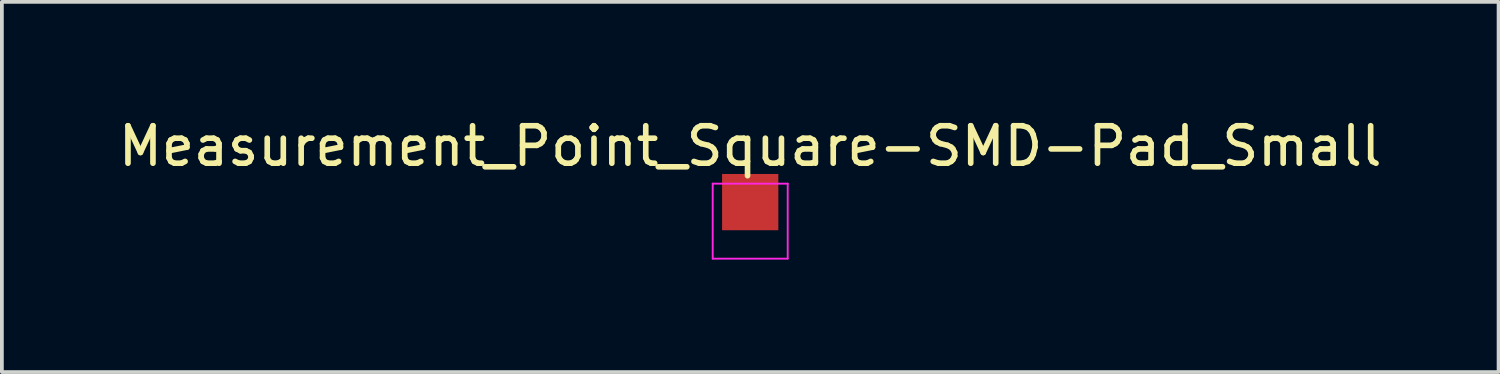
<source format=kicad_pcb>
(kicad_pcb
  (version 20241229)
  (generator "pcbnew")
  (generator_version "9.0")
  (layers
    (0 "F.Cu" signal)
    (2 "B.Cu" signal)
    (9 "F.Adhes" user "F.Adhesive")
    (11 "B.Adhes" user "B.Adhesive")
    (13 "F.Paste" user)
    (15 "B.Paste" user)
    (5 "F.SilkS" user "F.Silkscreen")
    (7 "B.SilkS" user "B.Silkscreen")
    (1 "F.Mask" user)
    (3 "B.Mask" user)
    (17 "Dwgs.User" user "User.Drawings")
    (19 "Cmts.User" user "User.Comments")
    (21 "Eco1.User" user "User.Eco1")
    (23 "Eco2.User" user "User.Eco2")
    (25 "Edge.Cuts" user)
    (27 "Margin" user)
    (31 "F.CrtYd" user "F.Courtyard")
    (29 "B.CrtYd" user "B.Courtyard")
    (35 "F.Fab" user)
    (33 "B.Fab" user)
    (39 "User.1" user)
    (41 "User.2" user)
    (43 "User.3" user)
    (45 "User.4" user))
  (footprint "Measurement_Point_Square-SMD-Pad_Small"
    (layer "F.Cu")
    (at 16.958 2.848)
    (property "Reference" "Measurement_Point_Square-SMD-Pad_Small" (at 0 -2 0) (layer "F.SilkS") (effects (font (size 1 1) (thickness 0.15))))
    (attr exclude_from_pos_files exclude_from_bom)
    (fp_line (start -1 -1) (end 1 -1) (stroke (width 0.05) (type solid)) (layer "F.CrtYd"))
    (fp_line (start -1 1) (end -1 -1) (stroke (width 0.05) (type solid)) (layer "F.CrtYd"))
    (fp_line (start 1 -1) (end 1 1) (stroke (width 0.05) (type solid)) (layer "F.CrtYd"))
    (fp_line (start 1 1) (end -1 1) (stroke (width 0.05) (type solid)) (layer "F.CrtYd"))
    (pad "1" smd rect (at 0 -0.508) (size 1.5 1.5) (layers "F.Cu" "F.Mask")))
  (gr_rect
    (start -3 -3)
    (end 36.917 6.873)
    (stroke (width 0.1) (type default))
    (fill no)
    (layer "Edge.Cuts")))
</source>
